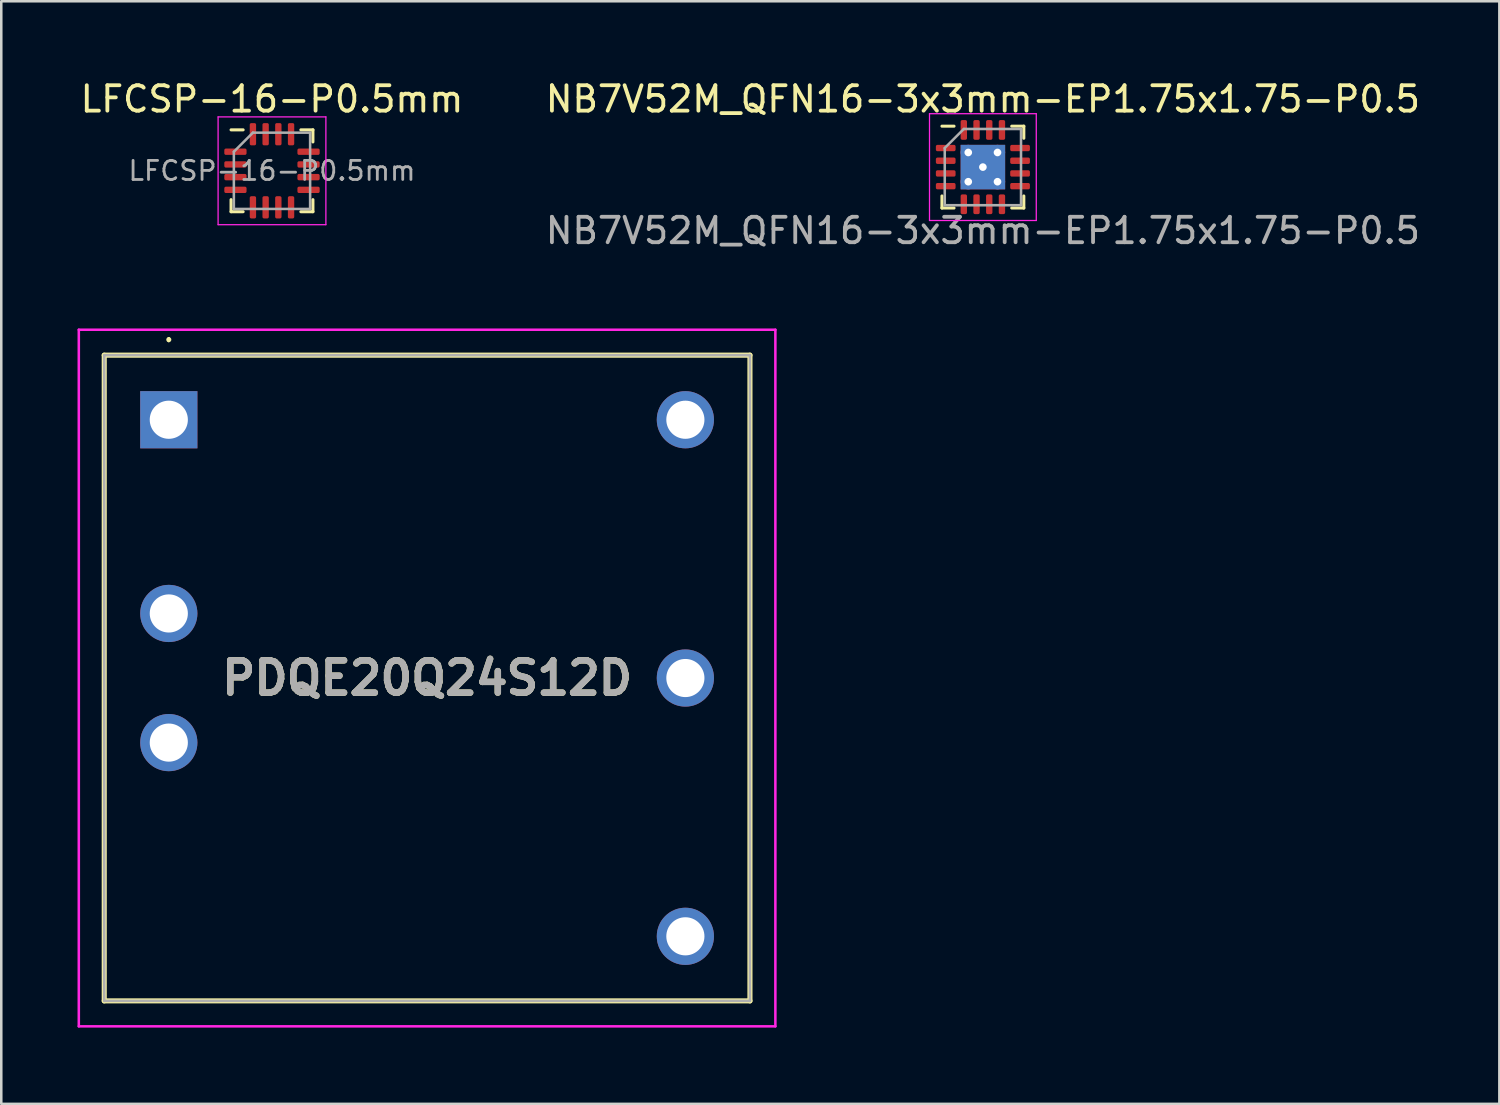
<source format=kicad_pcb>
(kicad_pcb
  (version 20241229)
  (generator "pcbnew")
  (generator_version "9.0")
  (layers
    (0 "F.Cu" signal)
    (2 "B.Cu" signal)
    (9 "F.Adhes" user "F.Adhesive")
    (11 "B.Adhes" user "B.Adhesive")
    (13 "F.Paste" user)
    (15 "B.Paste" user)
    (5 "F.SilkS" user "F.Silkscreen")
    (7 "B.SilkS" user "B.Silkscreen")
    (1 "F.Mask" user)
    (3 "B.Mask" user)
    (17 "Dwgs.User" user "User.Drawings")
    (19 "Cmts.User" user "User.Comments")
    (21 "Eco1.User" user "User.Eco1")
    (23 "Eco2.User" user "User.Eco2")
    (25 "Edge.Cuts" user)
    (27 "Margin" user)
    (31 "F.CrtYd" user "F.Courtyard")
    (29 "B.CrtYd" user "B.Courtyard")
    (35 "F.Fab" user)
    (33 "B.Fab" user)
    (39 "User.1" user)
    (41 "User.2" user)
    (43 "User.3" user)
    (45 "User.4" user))
  (footprint "NB7V52M_QFN16-3x3mm-EP1.75x1.75-P0.5"
    (layer "F.Cu")
    (at 35.613 3.523)
    (property "Reference" "NB7V52M_QFN16-3x3mm-EP1.75x1.75-P0.5" (at 0 -2.675 0) (unlocked yes) (layer "F.SilkS") (effects (font (size 1 1) (thickness 0.15))))
    (attr smd)
    (fp_line (start -1.61 1.61) (end -1.61 1.135) (stroke (width 0.12) (type solid)) (layer "F.SilkS"))
    (fp_line (start -1.135 -1.61) (end -1.61 -1.61) (stroke (width 0.12) (type solid)) (layer "F.SilkS"))
    (fp_line (start -1.135 1.61) (end -1.61 1.61) (stroke (width 0.12) (type solid)) (layer "F.SilkS"))
    (fp_line (start 1.135 -1.61) (end 1.61 -1.61) (stroke (width 0.12) (type solid)) (layer "F.SilkS"))
    (fp_line (start 1.135 1.61) (end 1.61 1.61) (stroke (width 0.12) (type solid)) (layer "F.SilkS"))
    (fp_line (start 1.61 -1.61) (end 1.61 -1.135) (stroke (width 0.12) (type solid)) (layer "F.SilkS"))
    (fp_line (start 1.61 1.61) (end 1.61 1.135) (stroke (width 0.12) (type solid)) (layer "F.SilkS"))
    (fp_line (start -2.1 -2.1) (end -2.1 2.1) (stroke (width 0.05) (type solid)) (layer "F.CrtYd"))
    (fp_line (start -2.1 2.1) (end 2.1 2.1) (stroke (width 0.05) (type solid)) (layer "F.CrtYd"))
    (fp_line (start 2.1 -2.1) (end -2.1 -2.1) (stroke (width 0.05) (type solid)) (layer "F.CrtYd"))
    (fp_line (start 2.1 2.1) (end 2.1 -2.1) (stroke (width 0.05) (type solid)) (layer "F.CrtYd"))
    (fp_line (start -1.5 -0.75) (end -0.75 -1.5) (stroke (width 0.1) (type solid)) (layer "F.Fab"))
    (fp_line (start -1.5 1.5) (end -1.5 -0.75) (stroke (width 0.1) (type solid)) (layer "F.Fab"))
    (fp_line (start -0.75 -1.5) (end 1.5 -1.5) (stroke (width 0.1) (type solid)) (layer "F.Fab"))
    (fp_line (start 1.5 -1.5) (end 1.5 1.5) (stroke (width 0.1) (type solid)) (layer "F.Fab"))
    (fp_line (start 1.5 1.5) (end -1.5 1.5) (stroke (width 0.1) (type solid)) (layer "F.Fab"))
    (fp_text user "${REFERENCE}" (at 0 2.5 0) (unlocked yes) (layer "F.Fab") (effects (font (size 1 1) (thickness 0.15))))
    (pad "" smd roundrect (at -0.44 -0.44) (size 0.76 0.76) (layers "F.Paste") (roundrect_rratio 0.25))
    (pad "" smd roundrect (at -0.44 0.44) (size 0.76 0.76) (layers "F.Paste") (roundrect_rratio 0.25))
    (pad "" smd roundrect (at 0.44 -0.44) (size 0.76 0.76) (layers "F.Paste") (roundrect_rratio 0.25))
    (pad "" smd roundrect (at 0.44 0.44) (size 0.76 0.76) (layers "F.Paste") (roundrect_rratio 0.25))
    (pad "1" smd roundrect (at -1.462 -0.75) (size 0.775 0.25) (layers "F.Cu" "F.Mask" "F.Paste") (roundrect_rratio 0.25))
    (pad "2" smd roundrect (at -1.462 -0.25) (size 0.775 0.25) (layers "F.Cu" "F.Mask" "F.Paste") (roundrect_rratio 0.25))
    (pad "3" smd roundrect (at -1.462 0.25) (size 0.775 0.25) (layers "F.Cu" "F.Mask" "F.Paste") (roundrect_rratio 0.25))
    (pad "4" smd roundrect (at -1.462 0.75) (size 0.775 0.25) (layers "F.Cu" "F.Mask" "F.Paste") (roundrect_rratio 0.25))
    (pad "5" smd roundrect (at -0.75 1.462) (size 0.25 0.775) (layers "F.Cu" "F.Mask" "F.Paste") (roundrect_rratio 0.25))
    (pad "6" smd roundrect (at -0.25 1.462) (size 0.25 0.775) (layers "F.Cu" "F.Mask" "F.Paste") (roundrect_rratio 0.25))
    (pad "7" smd roundrect (at 0.25 1.462) (size 0.25 0.775) (layers "F.Cu" "F.Mask" "F.Paste") (roundrect_rratio 0.25))
    (pad "8" smd roundrect (at 0.75 1.462) (size 0.25 0.775) (layers "F.Cu" "F.Mask" "F.Paste") (roundrect_rratio 0.25))
    (pad "9" smd roundrect (at 1.462 0.75) (size 0.775 0.25) (layers "F.Cu" "F.Mask" "F.Paste") (roundrect_rratio 0.25))
    (pad "10" smd roundrect (at 1.462 0.25) (size 0.775 0.25) (layers "F.Cu" "F.Mask" "F.Paste") (roundrect_rratio 0.25))
    (pad "11" smd roundrect (at 1.462 -0.25) (size 0.775 0.25) (layers "F.Cu" "F.Mask" "F.Paste") (roundrect_rratio 0.25))
    (pad "12" smd roundrect (at 1.462 -0.75) (size 0.775 0.25) (layers "F.Cu" "F.Mask" "F.Paste") (roundrect_rratio 0.25))
    (pad "13" smd roundrect (at 0.75 -1.462) (size 0.25 0.775) (layers "F.Cu" "F.Mask" "F.Paste") (roundrect_rratio 0.25))
    (pad "14" smd roundrect (at 0.25 -1.462) (size 0.25 0.775) (layers "F.Cu" "F.Mask" "F.Paste") (roundrect_rratio 0.25))
    (pad "15" smd roundrect (at -0.25 -1.462) (size 0.25 0.775) (layers "F.Cu" "F.Mask" "F.Paste") (roundrect_rratio 0.25))
    (pad "16" smd roundrect (at -0.75 -1.462) (size 0.25 0.775) (layers "F.Cu" "F.Mask" "F.Paste") (roundrect_rratio 0.25))
    (pad "17" thru_hole circle (at -0.575 -0.575) (size 0.6 0.6) (drill 0.3) (layers "*.Cu"))
    (pad "17" thru_hole circle (at -0.575 0.575) (size 0.6 0.6) (drill 0.3) (layers "*.Cu"))
    (pad "17" thru_hole circle (at 0 0) (size 0.6 0.6) (drill 0.3) (layers "*.Cu"))
    (pad "17" smd rect (at 0 0) (size 1.75 1.75) (layers "F.Cu" "F.Mask"))
    (pad "17" smd rect (at 0 0) (size 1.75 1.75) (layers "B.Cu"))
    (pad "17" thru_hole circle (at 0.575 -0.575) (size 0.6 0.6) (drill 0.3) (layers "*.Cu"))
    (pad "17" thru_hole circle (at 0.575 0.575) (size 0.6 0.6) (drill 0.3) (layers "*.Cu")))
  (footprint "PDQE20Q24S12D"
    (layer "F.Cu")
    (at 3.59 13.461)
    (property "Reference" "PDQE20Q24S12D" (at 10.16 10.16 0) (layer "F.SilkS") (effects (font (size 1.27 1.27) (thickness 0.254))))
    (attr through_hole)
    (fp_line (start -2.54 -2.54) (end 22.86 -2.54) (stroke (width 0.2) (type solid)) (layer "F.SilkS"))
    (fp_line (start -2.54 22.86) (end -2.54 -2.54) (stroke (width 0.2) (type solid)) (layer "F.SilkS"))
    (fp_line (start 0 -3.2) (end 0 -3.2) (stroke (width 0.1) (type solid)) (layer "F.SilkS"))
    (fp_line (start 0 -3.1) (end 0 -3.1) (stroke (width 0.1) (type solid)) (layer "F.SilkS"))
    (fp_line (start 22.86 -2.54) (end 22.86 22.86) (stroke (width 0.2) (type solid)) (layer "F.SilkS"))
    (fp_line (start 22.86 22.86) (end -2.54 22.86) (stroke (width 0.2) (type solid)) (layer "F.SilkS"))
    (fp_arc (start 0 -3.2) (mid 0.05 -3.15) (end 0 -3.1) (stroke (width 0.1) (type solid)) (layer "F.SilkS"))
    (fp_arc (start 0 -3.1) (mid -0.05 -3.15) (end 0 -3.2) (stroke (width 0.1) (type solid)) (layer "F.SilkS"))
    (fp_line (start -3.54 -3.54) (end -3.54 23.86) (stroke (width 0.1) (type solid)) (layer "F.CrtYd"))
    (fp_line (start -3.54 23.86) (end 23.86 23.86) (stroke (width 0.1) (type solid)) (layer "F.CrtYd"))
    (fp_line (start 23.86 -3.54) (end -3.54 -3.54) (stroke (width 0.1) (type solid)) (layer "F.CrtYd"))
    (fp_line (start 23.86 23.86) (end 23.86 -3.54) (stroke (width 0.1) (type solid)) (layer "F.CrtYd"))
    (fp_line (start -2.54 -2.54) (end 22.86 -2.54) (stroke (width 0.1) (type solid)) (layer "F.Fab"))
    (fp_line (start -2.54 22.86) (end -2.54 -2.54) (stroke (width 0.1) (type solid)) (layer "F.Fab"))
    (fp_line (start 22.86 -2.54) (end 22.86 22.86) (stroke (width 0.1) (type solid)) (layer "F.Fab"))
    (fp_line (start 22.86 22.86) (end -2.54 22.86) (stroke (width 0.1) (type solid)) (layer "F.Fab"))
    (fp_text user "${REFERENCE}" (at 10.16 10.16 0) (layer "F.Fab") (effects (font (size 1.27 1.27) (thickness 0.254))))
    (pad "1" thru_hole rect (at 0 0) (size 2.25 2.25) (drill 1.5) (layers "*.Cu" "*.Mask"))
    (pad "2" thru_hole circle (at 0 7.62) (size 2.25 2.25) (drill 1.5) (layers "*.Cu" "*.Mask"))
    (pad "3" thru_hole circle (at 0 12.7) (size 2.25 2.25) (drill 1.5) (layers "*.Cu" "*.Mask"))
    (pad "4" thru_hole circle (at 20.32 20.32) (size 2.25 2.25) (drill 1.5) (layers "*.Cu" "*.Mask"))
    (pad "5" thru_hole circle (at 20.32 10.16) (size 2.25 2.25) (drill 1.5) (layers "*.Cu" "*.Mask"))
    (pad "6" thru_hole circle (at 20.32 0) (size 2.25 2.25) (drill 1.5) (layers "*.Cu" "*.Mask")))
  (footprint "LFCSP-16-P0.5mm"
    (layer "F.Cu")
    (at 7.649 3.668)
    (property "Reference" "LFCSP-16-P0.5mm" (at 0 -2.82 0) (layer "F.SilkS") (effects (font (size 1 1) (thickness 0.15))))
    (attr smd)
    (fp_line (start -1.61 1.61) (end -1.61 1.135) (stroke (width 0.12) (type solid)) (layer "F.SilkS"))
    (fp_line (start -1.135 -1.61) (end -1.61 -1.61) (stroke (width 0.12) (type solid)) (layer "F.SilkS"))
    (fp_line (start -1.135 1.61) (end -1.61 1.61) (stroke (width 0.12) (type solid)) (layer "F.SilkS"))
    (fp_line (start 1.135 -1.61) (end 1.61 -1.61) (stroke (width 0.12) (type solid)) (layer "F.SilkS"))
    (fp_line (start 1.135 1.61) (end 1.61 1.61) (stroke (width 0.12) (type solid)) (layer "F.SilkS"))
    (fp_line (start 1.61 -1.61) (end 1.61 -1.135) (stroke (width 0.12) (type solid)) (layer "F.SilkS"))
    (fp_line (start 1.61 1.61) (end 1.61 1.135) (stroke (width 0.12) (type solid)) (layer "F.SilkS"))
    (fp_line (start -2.12 -2.12) (end -2.12 2.12) (stroke (width 0.05) (type solid)) (layer "F.CrtYd"))
    (fp_line (start -2.12 2.12) (end 2.12 2.12) (stroke (width 0.05) (type solid)) (layer "F.CrtYd"))
    (fp_line (start 2.12 -2.12) (end -2.12 -2.12) (stroke (width 0.05) (type solid)) (layer "F.CrtYd"))
    (fp_line (start 2.12 2.12) (end 2.12 -2.12) (stroke (width 0.05) (type solid)) (layer "F.CrtYd"))
    (fp_line (start -1.5 -0.75) (end -0.75 -1.5) (stroke (width 0.1) (type solid)) (layer "F.Fab"))
    (fp_line (start -1.5 1.5) (end -1.5 -0.75) (stroke (width 0.1) (type solid)) (layer "F.Fab"))
    (fp_line (start -0.75 -1.5) (end 1.5 -1.5) (stroke (width 0.1) (type solid)) (layer "F.Fab"))
    (fp_line (start 1.5 -1.5) (end 1.5 1.5) (stroke (width 0.1) (type solid)) (layer "F.Fab"))
    (fp_line (start 1.5 1.5) (end -1.5 1.5) (stroke (width 0.1) (type solid)) (layer "F.Fab"))
    (fp_text user "${REFERENCE}" (at 0 0 0) (layer "F.Fab") (effects (font (size 0.75 0.75) (thickness 0.11))))
    (pad "1" smd roundrect (at -1.438 -0.75) (size 0.875 0.25) (layers "F.Cu" "F.Mask" "F.Paste") (roundrect_rratio 0.25))
    (pad "2" smd roundrect (at -1.438 -0.25) (size 0.875 0.25) (layers "F.Cu" "F.Mask" "F.Paste") (roundrect_rratio 0.25))
    (pad "3" smd roundrect (at -1.438 0.25) (size 0.875 0.25) (layers "F.Cu" "F.Mask" "F.Paste") (roundrect_rratio 0.25))
    (pad "4" smd roundrect (at -1.438 0.75) (size 0.875 0.25) (layers "F.Cu" "F.Mask" "F.Paste") (roundrect_rratio 0.25))
    (pad "5" smd roundrect (at -0.75 1.438) (size 0.25 0.875) (layers "F.Cu" "F.Mask" "F.Paste") (roundrect_rratio 0.25))
    (pad "6" smd roundrect (at -0.25 1.438) (size 0.25 0.875) (layers "F.Cu" "F.Mask" "F.Paste") (roundrect_rratio 0.25))
    (pad "7" smd roundrect (at 0.25 1.438) (size 0.25 0.875) (layers "F.Cu" "F.Mask" "F.Paste") (roundrect_rratio 0.25))
    (pad "8" smd roundrect (at 0.75 1.438) (size 0.25 0.875) (layers "F.Cu" "F.Mask" "F.Paste") (roundrect_rratio 0.25))
    (pad "9" smd roundrect (at 1.438 0.75) (size 0.875 0.25) (layers "F.Cu" "F.Mask" "F.Paste") (roundrect_rratio 0.25))
    (pad "10" smd roundrect (at 1.438 0.25) (size 0.875 0.25) (layers "F.Cu" "F.Mask" "F.Paste") (roundrect_rratio 0.25))
    (pad "11" smd roundrect (at 1.438 -0.25) (size 0.875 0.25) (layers "F.Cu" "F.Mask" "F.Paste") (roundrect_rratio 0.25))
    (pad "12" smd roundrect (at 1.438 -0.75) (size 0.875 0.25) (layers "F.Cu" "F.Mask" "F.Paste") (roundrect_rratio 0.25))
    (pad "13" smd roundrect (at 0.75 -1.438) (size 0.25 0.875) (layers "F.Cu" "F.Mask" "F.Paste") (roundrect_rratio 0.25))
    (pad "14" smd roundrect (at 0.25 -1.438) (size 0.25 0.875) (layers "F.Cu" "F.Mask" "F.Paste") (roundrect_rratio 0.25))
    (pad "15" smd roundrect (at -0.25 -1.438) (size 0.25 0.875) (layers "F.Cu" "F.Mask" "F.Paste") (roundrect_rratio 0.25))
    (pad "16" smd roundrect (at -0.75 -1.438) (size 0.25 0.875) (layers "F.Cu" "F.Mask" "F.Paste") (roundrect_rratio 0.25)))
  (gr_rect
    (start -3 -3)
    (end 55.929 40.371)
    (stroke (width 0.1) (type default))
    (fill no)
    (layer "Edge.Cuts")))
</source>
